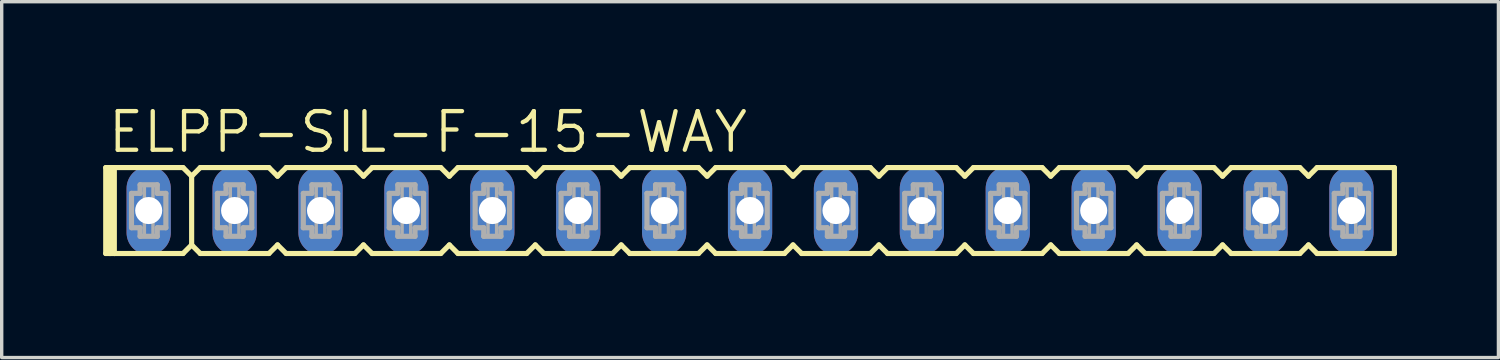
<source format=kicad_pcb>
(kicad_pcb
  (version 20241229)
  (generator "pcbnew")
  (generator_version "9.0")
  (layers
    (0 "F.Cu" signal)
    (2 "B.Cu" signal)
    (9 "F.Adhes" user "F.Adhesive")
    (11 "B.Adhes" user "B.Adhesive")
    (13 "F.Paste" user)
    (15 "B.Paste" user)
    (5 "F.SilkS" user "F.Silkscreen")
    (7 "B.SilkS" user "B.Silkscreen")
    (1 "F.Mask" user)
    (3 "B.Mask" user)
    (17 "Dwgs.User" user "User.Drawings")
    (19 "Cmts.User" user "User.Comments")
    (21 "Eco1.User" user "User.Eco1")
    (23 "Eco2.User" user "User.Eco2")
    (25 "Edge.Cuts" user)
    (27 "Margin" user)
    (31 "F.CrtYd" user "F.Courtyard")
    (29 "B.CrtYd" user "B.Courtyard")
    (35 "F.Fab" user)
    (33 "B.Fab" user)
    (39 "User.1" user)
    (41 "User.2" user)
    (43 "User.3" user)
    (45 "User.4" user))
  (footprint "ELPP-SIL-F-15-WAY"
    (layer "F.Cu")
    (at 19.126 3.175)
    (property "Reference" "ELPP-SIL-F-15-WAY" (at -19.05 -1.651 0) (unlocked yes) (layer "F.SilkS") (effects (font (size 1.143 1.143) (thickness 0.127)) (justify left bottom)))
    (fp_line (start -19.05 -1.27) (end -19.05 1.27) (stroke (width 0.152) (type solid)) (layer "F.SilkS"))
    (fp_line (start -19.05 1.27) (end -18.923 1.27) (stroke (width 0.152) (type solid)) (layer "F.SilkS"))
    (fp_line (start -18.923 -1.27) (end -19.05 -1.27) (stroke (width 0.152) (type solid)) (layer "F.SilkS"))
    (fp_line (start -18.923 -1.27) (end -18.923 1.27) (stroke (width 0.152) (type solid)) (layer "F.SilkS"))
    (fp_line (start -18.923 1.27) (end -18.796 1.27) (stroke (width 0.152) (type solid)) (layer "F.SilkS"))
    (fp_line (start -18.796 -1.27) (end -18.923 -1.27) (stroke (width 0.152) (type solid)) (layer "F.SilkS"))
    (fp_line (start -18.796 -1.27) (end -18.796 1.27) (stroke (width 0.152) (type solid)) (layer "F.SilkS"))
    (fp_line (start -18.796 1.27) (end -16.764 1.27) (stroke (width 0.152) (type solid)) (layer "F.SilkS"))
    (fp_line (start -16.764 -1.27) (end -18.796 -1.27) (stroke (width 0.152) (type solid)) (layer "F.SilkS"))
    (fp_line (start -16.764 1.27) (end -16.51 1.016) (stroke (width 0.152) (type solid)) (layer "F.SilkS"))
    (fp_line (start -16.51 -1.016) (end -16.764 -1.27) (stroke (width 0.152) (type solid)) (layer "F.SilkS"))
    (fp_line (start -16.51 -1.016) (end -16.51 1.016) (stroke (width 0.152) (type solid)) (layer "F.SilkS"))
    (fp_line (start -16.51 1.016) (end -16.256 1.27) (stroke (width 0.152) (type solid)) (layer "F.SilkS"))
    (fp_line (start -16.256 -1.27) (end -16.51 -1.016) (stroke (width 0.152) (type solid)) (layer "F.SilkS"))
    (fp_line (start -16.256 1.27) (end -14.224 1.27) (stroke (width 0.152) (type solid)) (layer "F.SilkS"))
    (fp_line (start -14.224 -1.27) (end -16.256 -1.27) (stroke (width 0.152) (type solid)) (layer "F.SilkS"))
    (fp_line (start -14.224 1.27) (end -13.97 1.016) (stroke (width 0.152) (type solid)) (layer "F.SilkS"))
    (fp_line (start -13.97 -1.016) (end -14.224 -1.27) (stroke (width 0.152) (type solid)) (layer "F.SilkS"))
    (fp_line (start -13.97 1.016) (end -13.716 1.27) (stroke (width 0.152) (type solid)) (layer "F.SilkS"))
    (fp_line (start -13.716 -1.27) (end -13.97 -1.016) (stroke (width 0.152) (type solid)) (layer "F.SilkS"))
    (fp_line (start -13.716 1.27) (end -11.684 1.27) (stroke (width 0.152) (type solid)) (layer "F.SilkS"))
    (fp_line (start -11.684 -1.27) (end -13.716 -1.27) (stroke (width 0.152) (type solid)) (layer "F.SilkS"))
    (fp_line (start -11.684 1.27) (end -11.43 1.016) (stroke (width 0.152) (type solid)) (layer "F.SilkS"))
    (fp_line (start -11.43 -1.016) (end -11.684 -1.27) (stroke (width 0.152) (type solid)) (layer "F.SilkS"))
    (fp_line (start -11.43 1.016) (end -11.176 1.27) (stroke (width 0.152) (type solid)) (layer "F.SilkS"))
    (fp_line (start -11.176 -1.27) (end -11.43 -1.016) (stroke (width 0.152) (type solid)) (layer "F.SilkS"))
    (fp_line (start -11.176 1.27) (end -9.144 1.27) (stroke (width 0.152) (type solid)) (layer "F.SilkS"))
    (fp_line (start -9.144 -1.27) (end -11.176 -1.27) (stroke (width 0.152) (type solid)) (layer "F.SilkS"))
    (fp_line (start -9.144 1.27) (end -8.89 1.016) (stroke (width 0.152) (type solid)) (layer "F.SilkS"))
    (fp_line (start -8.89 -1.016) (end -9.144 -1.27) (stroke (width 0.152) (type solid)) (layer "F.SilkS"))
    (fp_line (start -8.89 1.016) (end -8.636 1.27) (stroke (width 0.152) (type solid)) (layer "F.SilkS"))
    (fp_line (start -8.636 -1.27) (end -8.89 -1.016) (stroke (width 0.152) (type solid)) (layer "F.SilkS"))
    (fp_line (start -8.636 1.27) (end -6.604 1.27) (stroke (width 0.152) (type solid)) (layer "F.SilkS"))
    (fp_line (start -6.604 -1.27) (end -8.636 -1.27) (stroke (width 0.152) (type solid)) (layer "F.SilkS"))
    (fp_line (start -6.604 1.27) (end -6.35 1.016) (stroke (width 0.152) (type solid)) (layer "F.SilkS"))
    (fp_line (start -6.35 -1.016) (end -6.604 -1.27) (stroke (width 0.152) (type solid)) (layer "F.SilkS"))
    (fp_line (start -6.35 1.016) (end -6.096 1.27) (stroke (width 0.152) (type solid)) (layer "F.SilkS"))
    (fp_line (start -6.096 -1.27) (end -6.35 -1.016) (stroke (width 0.152) (type solid)) (layer "F.SilkS"))
    (fp_line (start -6.096 1.27) (end -4.064 1.27) (stroke (width 0.152) (type solid)) (layer "F.SilkS"))
    (fp_line (start -4.064 -1.27) (end -6.096 -1.27) (stroke (width 0.152) (type solid)) (layer "F.SilkS"))
    (fp_line (start -4.064 1.27) (end -3.81 1.016) (stroke (width 0.152) (type solid)) (layer "F.SilkS"))
    (fp_line (start -3.81 -1.016) (end -4.064 -1.27) (stroke (width 0.152) (type solid)) (layer "F.SilkS"))
    (fp_line (start -3.81 1.016) (end -3.556 1.27) (stroke (width 0.152) (type solid)) (layer "F.SilkS"))
    (fp_line (start -3.556 -1.27) (end -3.81 -1.016) (stroke (width 0.152) (type solid)) (layer "F.SilkS"))
    (fp_line (start -3.556 1.27) (end -1.524 1.27) (stroke (width 0.152) (type solid)) (layer "F.SilkS"))
    (fp_line (start -1.524 -1.27) (end -3.556 -1.27) (stroke (width 0.152) (type solid)) (layer "F.SilkS"))
    (fp_line (start -1.524 1.27) (end -1.27 1.016) (stroke (width 0.152) (type solid)) (layer "F.SilkS"))
    (fp_line (start -1.27 -1.016) (end -1.524 -1.27) (stroke (width 0.152) (type solid)) (layer "F.SilkS"))
    (fp_line (start -1.27 1.016) (end -1.016 1.27) (stroke (width 0.152) (type solid)) (layer "F.SilkS"))
    (fp_line (start -1.016 -1.27) (end -1.27 -1.016) (stroke (width 0.152) (type solid)) (layer "F.SilkS"))
    (fp_line (start -1.016 1.27) (end 1.016 1.27) (stroke (width 0.152) (type solid)) (layer "F.SilkS"))
    (fp_line (start 1.016 -1.27) (end -1.016 -1.27) (stroke (width 0.152) (type solid)) (layer "F.SilkS"))
    (fp_line (start 1.016 1.27) (end 1.27 1.016) (stroke (width 0.152) (type solid)) (layer "F.SilkS"))
    (fp_line (start 1.27 -1.016) (end 1.016 -1.27) (stroke (width 0.152) (type solid)) (layer "F.SilkS"))
    (fp_line (start 1.27 1.016) (end 1.524 1.27) (stroke (width 0.152) (type solid)) (layer "F.SilkS"))
    (fp_line (start 1.524 -1.27) (end 1.27 -1.016) (stroke (width 0.152) (type solid)) (layer "F.SilkS"))
    (fp_line (start 1.524 1.27) (end 3.556 1.27) (stroke (width 0.152) (type solid)) (layer "F.SilkS"))
    (fp_line (start 3.556 -1.27) (end 1.524 -1.27) (stroke (width 0.152) (type solid)) (layer "F.SilkS"))
    (fp_line (start 3.556 1.27) (end 3.81 1.016) (stroke (width 0.152) (type solid)) (layer "F.SilkS"))
    (fp_line (start 3.81 -1.016) (end 3.556 -1.27) (stroke (width 0.152) (type solid)) (layer "F.SilkS"))
    (fp_line (start 3.81 1.016) (end 4.064 1.27) (stroke (width 0.152) (type solid)) (layer "F.SilkS"))
    (fp_line (start 4.064 -1.27) (end 3.81 -1.016) (stroke (width 0.152) (type solid)) (layer "F.SilkS"))
    (fp_line (start 4.064 1.27) (end 6.096 1.27) (stroke (width 0.152) (type solid)) (layer "F.SilkS"))
    (fp_line (start 6.096 -1.27) (end 4.064 -1.27) (stroke (width 0.152) (type solid)) (layer "F.SilkS"))
    (fp_line (start 6.096 1.27) (end 6.35 1.016) (stroke (width 0.152) (type solid)) (layer "F.SilkS"))
    (fp_line (start 6.35 -1.016) (end 6.096 -1.27) (stroke (width 0.152) (type solid)) (layer "F.SilkS"))
    (fp_line (start 6.35 1.016) (end 6.604 1.27) (stroke (width 0.152) (type solid)) (layer "F.SilkS"))
    (fp_line (start 6.604 -1.27) (end 6.35 -1.016) (stroke (width 0.152) (type solid)) (layer "F.SilkS"))
    (fp_line (start 6.604 1.27) (end 8.636 1.27) (stroke (width 0.152) (type solid)) (layer "F.SilkS"))
    (fp_line (start 8.636 -1.27) (end 6.604 -1.27) (stroke (width 0.152) (type solid)) (layer "F.SilkS"))
    (fp_line (start 8.636 1.27) (end 8.89 1.016) (stroke (width 0.152) (type solid)) (layer "F.SilkS"))
    (fp_line (start 8.89 -1.016) (end 8.636 -1.27) (stroke (width 0.152) (type solid)) (layer "F.SilkS"))
    (fp_line (start 8.89 1.016) (end 9.144 1.27) (stroke (width 0.152) (type solid)) (layer "F.SilkS"))
    (fp_line (start 9.144 -1.27) (end 8.89 -1.016) (stroke (width 0.152) (type solid)) (layer "F.SilkS"))
    (fp_line (start 9.144 1.27) (end 11.176 1.27) (stroke (width 0.152) (type solid)) (layer "F.SilkS"))
    (fp_line (start 11.176 -1.27) (end 9.144 -1.27) (stroke (width 0.152) (type solid)) (layer "F.SilkS"))
    (fp_line (start 11.176 1.27) (end 11.43 1.016) (stroke (width 0.152) (type solid)) (layer "F.SilkS"))
    (fp_line (start 11.43 -1.016) (end 11.176 -1.27) (stroke (width 0.152) (type solid)) (layer "F.SilkS"))
    (fp_line (start 11.43 1.016) (end 11.684 1.27) (stroke (width 0.152) (type solid)) (layer "F.SilkS"))
    (fp_line (start 11.684 -1.27) (end 11.43 -1.016) (stroke (width 0.152) (type solid)) (layer "F.SilkS"))
    (fp_line (start 11.684 1.27) (end 13.716 1.27) (stroke (width 0.152) (type solid)) (layer "F.SilkS"))
    (fp_line (start 13.716 -1.27) (end 11.684 -1.27) (stroke (width 0.152) (type solid)) (layer "F.SilkS"))
    (fp_line (start 13.716 1.27) (end 13.97 1.016) (stroke (width 0.152) (type solid)) (layer "F.SilkS"))
    (fp_line (start 13.97 -1.016) (end 13.716 -1.27) (stroke (width 0.152) (type solid)) (layer "F.SilkS"))
    (fp_line (start 13.97 1.016) (end 14.224 1.27) (stroke (width 0.152) (type solid)) (layer "F.SilkS"))
    (fp_line (start 14.224 -1.27) (end 13.97 -1.016) (stroke (width 0.152) (type solid)) (layer "F.SilkS"))
    (fp_line (start 14.224 1.27) (end 16.256 1.27) (stroke (width 0.152) (type solid)) (layer "F.SilkS"))
    (fp_line (start 16.256 -1.27) (end 14.224 -1.27) (stroke (width 0.152) (type solid)) (layer "F.SilkS"))
    (fp_line (start 16.256 1.27) (end 16.51 1.016) (stroke (width 0.152) (type solid)) (layer "F.SilkS"))
    (fp_line (start 16.51 -1.016) (end 16.256 -1.27) (stroke (width 0.152) (type solid)) (layer "F.SilkS"))
    (fp_line (start 16.51 1.016) (end 16.764 1.27) (stroke (width 0.152) (type solid)) (layer "F.SilkS"))
    (fp_line (start 16.764 -1.27) (end 16.51 -1.016) (stroke (width 0.152) (type solid)) (layer "F.SilkS"))
    (fp_line (start 16.764 1.27) (end 19.05 1.27) (stroke (width 0.152) (type solid)) (layer "F.SilkS"))
    (fp_line (start 19.05 -1.27) (end 16.764 -1.27) (stroke (width 0.152) (type solid)) (layer "F.SilkS"))
    (fp_line (start 19.05 1.27) (end 19.05 -1.27) (stroke (width 0.152) (type solid)) (layer "F.SilkS"))
    (fp_line (start -18.288 -0.508) (end -18.288 0.508) (stroke (width 0.152) (type solid)) (layer "F.Fab"))
    (fp_line (start -18.288 0.508) (end -18.034 0.508) (stroke (width 0.152) (type solid)) (layer "F.Fab"))
    (fp_line (start -18.034 -0.762) (end -18.034 -0.508) (stroke (width 0.152) (type solid)) (layer "F.Fab"))
    (fp_line (start -18.034 -0.508) (end -18.288 -0.508) (stroke (width 0.152) (type solid)) (layer "F.Fab"))
    (fp_line (start -18.034 0.508) (end -18.034 0.762) (stroke (width 0.152) (type solid)) (layer "F.Fab"))
    (fp_line (start -18.034 0.762) (end -17.526 0.762) (stroke (width 0.152) (type solid)) (layer "F.Fab"))
    (fp_line (start -17.526 -0.762) (end -18.034 -0.762) (stroke (width 0.152) (type solid)) (layer "F.Fab"))
    (fp_line (start -17.526 -0.508) (end -17.526 -0.762) (stroke (width 0.152) (type solid)) (layer "F.Fab"))
    (fp_line (start -17.526 0.508) (end -17.272 0.508) (stroke (width 0.152) (type solid)) (layer "F.Fab"))
    (fp_line (start -17.526 0.762) (end -17.526 0.508) (stroke (width 0.152) (type solid)) (layer "F.Fab"))
    (fp_line (start -17.272 -0.508) (end -17.526 -0.508) (stroke (width 0.152) (type solid)) (layer "F.Fab"))
    (fp_line (start -17.272 0.508) (end -17.272 -0.508) (stroke (width 0.152) (type solid)) (layer "F.Fab"))
    (fp_line (start -15.748 -0.508) (end -15.748 0.508) (stroke (width 0.152) (type solid)) (layer "F.Fab"))
    (fp_line (start -15.748 0.508) (end -15.494 0.508) (stroke (width 0.152) (type solid)) (layer "F.Fab"))
    (fp_line (start -15.494 -0.762) (end -15.494 -0.508) (stroke (width 0.152) (type solid)) (layer "F.Fab"))
    (fp_line (start -15.494 -0.508) (end -15.748 -0.508) (stroke (width 0.152) (type solid)) (layer "F.Fab"))
    (fp_line (start -15.494 0.508) (end -15.494 0.762) (stroke (width 0.152) (type solid)) (layer "F.Fab"))
    (fp_line (start -15.494 0.762) (end -14.986 0.762) (stroke (width 0.152) (type solid)) (layer "F.Fab"))
    (fp_line (start -14.986 -0.762) (end -15.494 -0.762) (stroke (width 0.152) (type solid)) (layer "F.Fab"))
    (fp_line (start -14.986 -0.508) (end -14.986 -0.762) (stroke (width 0.152) (type solid)) (layer "F.Fab"))
    (fp_line (start -14.986 0.508) (end -14.732 0.508) (stroke (width 0.152) (type solid)) (layer "F.Fab"))
    (fp_line (start -14.986 0.762) (end -14.986 0.508) (stroke (width 0.152) (type solid)) (layer "F.Fab"))
    (fp_line (start -14.732 -0.508) (end -14.986 -0.508) (stroke (width 0.152) (type solid)) (layer "F.Fab"))
    (fp_line (start -14.732 0.508) (end -14.732 -0.508) (stroke (width 0.152) (type solid)) (layer "F.Fab"))
    (fp_line (start -13.208 -0.508) (end -13.208 0.508) (stroke (width 0.152) (type solid)) (layer "F.Fab"))
    (fp_line (start -13.208 0.508) (end -12.954 0.508) (stroke (width 0.152) (type solid)) (layer "F.Fab"))
    (fp_line (start -12.954 -0.762) (end -12.954 -0.508) (stroke (width 0.152) (type solid)) (layer "F.Fab"))
    (fp_line (start -12.954 -0.508) (end -13.208 -0.508) (stroke (width 0.152) (type solid)) (layer "F.Fab"))
    (fp_line (start -12.954 0.508) (end -12.954 0.762) (stroke (width 0.152) (type solid)) (layer "F.Fab"))
    (fp_line (start -12.954 0.762) (end -12.446 0.762) (stroke (width 0.152) (type solid)) (layer "F.Fab"))
    (fp_line (start -12.446 -0.762) (end -12.954 -0.762) (stroke (width 0.152) (type solid)) (layer "F.Fab"))
    (fp_line (start -12.446 -0.508) (end -12.446 -0.762) (stroke (width 0.152) (type solid)) (layer "F.Fab"))
    (fp_line (start -12.446 0.508) (end -12.192 0.508) (stroke (width 0.152) (type solid)) (layer "F.Fab"))
    (fp_line (start -12.446 0.762) (end -12.446 0.508) (stroke (width 0.152) (type solid)) (layer "F.Fab"))
    (fp_line (start -12.192 -0.508) (end -12.446 -0.508) (stroke (width 0.152) (type solid)) (layer "F.Fab"))
    (fp_line (start -12.192 0.508) (end -12.192 -0.508) (stroke (width 0.152) (type solid)) (layer "F.Fab"))
    (fp_line (start -10.668 -0.508) (end -10.668 0.508) (stroke (width 0.152) (type solid)) (layer "F.Fab"))
    (fp_line (start -10.668 0.508) (end -10.414 0.508) (stroke (width 0.152) (type solid)) (layer "F.Fab"))
    (fp_line (start -10.414 -0.762) (end -10.414 -0.508) (stroke (width 0.152) (type solid)) (layer "F.Fab"))
    (fp_line (start -10.414 -0.508) (end -10.668 -0.508) (stroke (width 0.152) (type solid)) (layer "F.Fab"))
    (fp_line (start -10.414 0.508) (end -10.414 0.762) (stroke (width 0.152) (type solid)) (layer "F.Fab"))
    (fp_line (start -10.414 0.762) (end -9.906 0.762) (stroke (width 0.152) (type solid)) (layer "F.Fab"))
    (fp_line (start -9.906 -0.762) (end -10.414 -0.762) (stroke (width 0.152) (type solid)) (layer "F.Fab"))
    (fp_line (start -9.906 -0.508) (end -9.906 -0.762) (stroke (width 0.152) (type solid)) (layer "F.Fab"))
    (fp_line (start -9.906 0.508) (end -9.652 0.508) (stroke (width 0.152) (type solid)) (layer "F.Fab"))
    (fp_line (start -9.906 0.762) (end -9.906 0.508) (stroke (width 0.152) (type solid)) (layer "F.Fab"))
    (fp_line (start -9.652 -0.508) (end -9.906 -0.508) (stroke (width 0.152) (type solid)) (layer "F.Fab"))
    (fp_line (start -9.652 0.508) (end -9.652 -0.508) (stroke (width 0.152) (type solid)) (layer "F.Fab"))
    (fp_line (start -8.128 -0.508) (end -8.128 0.508) (stroke (width 0.152) (type solid)) (layer "F.Fab"))
    (fp_line (start -8.128 0.508) (end -7.874 0.508) (stroke (width 0.152) (type solid)) (layer "F.Fab"))
    (fp_line (start -7.874 -0.762) (end -7.874 -0.508) (stroke (width 0.152) (type solid)) (layer "F.Fab"))
    (fp_line (start -7.874 -0.508) (end -8.128 -0.508) (stroke (width 0.152) (type solid)) (layer "F.Fab"))
    (fp_line (start -7.874 0.508) (end -7.874 0.762) (stroke (width 0.152) (type solid)) (layer "F.Fab"))
    (fp_line (start -7.874 0.762) (end -7.366 0.762) (stroke (width 0.152) (type solid)) (layer "F.Fab"))
    (fp_line (start -7.366 -0.762) (end -7.874 -0.762) (stroke (width 0.152) (type solid)) (layer "F.Fab"))
    (fp_line (start -7.366 -0.508) (end -7.366 -0.762) (stroke (width 0.152) (type solid)) (layer "F.Fab"))
    (fp_line (start -7.366 0.508) (end -7.112 0.508) (stroke (width 0.152) (type solid)) (layer "F.Fab"))
    (fp_line (start -7.366 0.762) (end -7.366 0.508) (stroke (width 0.152) (type solid)) (layer "F.Fab"))
    (fp_line (start -7.112 -0.508) (end -7.366 -0.508) (stroke (width 0.152) (type solid)) (layer "F.Fab"))
    (fp_line (start -7.112 0.508) (end -7.112 -0.508) (stroke (width 0.152) (type solid)) (layer "F.Fab"))
    (fp_line (start -5.588 -0.508) (end -5.588 0.508) (stroke (width 0.152) (type solid)) (layer "F.Fab"))
    (fp_line (start -5.588 0.508) (end -5.334 0.508) (stroke (width 0.152) (type solid)) (layer "F.Fab"))
    (fp_line (start -5.334 -0.762) (end -5.334 -0.508) (stroke (width 0.152) (type solid)) (layer "F.Fab"))
    (fp_line (start -5.334 -0.508) (end -5.588 -0.508) (stroke (width 0.152) (type solid)) (layer "F.Fab"))
    (fp_line (start -5.334 0.508) (end -5.334 0.762) (stroke (width 0.152) (type solid)) (layer "F.Fab"))
    (fp_line (start -5.334 0.762) (end -4.826 0.762) (stroke (width 0.152) (type solid)) (layer "F.Fab"))
    (fp_line (start -4.826 -0.762) (end -5.334 -0.762) (stroke (width 0.152) (type solid)) (layer "F.Fab"))
    (fp_line (start -4.826 -0.508) (end -4.826 -0.762) (stroke (width 0.152) (type solid)) (layer "F.Fab"))
    (fp_line (start -4.826 0.508) (end -4.572 0.508) (stroke (width 0.152) (type solid)) (layer "F.Fab"))
    (fp_line (start -4.826 0.762) (end -4.826 0.508) (stroke (width 0.152) (type solid)) (layer "F.Fab"))
    (fp_line (start -4.572 -0.508) (end -4.826 -0.508) (stroke (width 0.152) (type solid)) (layer "F.Fab"))
    (fp_line (start -4.572 0.508) (end -4.572 -0.508) (stroke (width 0.152) (type solid)) (layer "F.Fab"))
    (fp_line (start -3.048 -0.508) (end -3.048 0.508) (stroke (width 0.152) (type solid)) (layer "F.Fab"))
    (fp_line (start -3.048 0.508) (end -2.794 0.508) (stroke (width 0.152) (type solid)) (layer "F.Fab"))
    (fp_line (start -2.794 -0.762) (end -2.794 -0.508) (stroke (width 0.152) (type solid)) (layer "F.Fab"))
    (fp_line (start -2.794 -0.508) (end -3.048 -0.508) (stroke (width 0.152) (type solid)) (layer "F.Fab"))
    (fp_line (start -2.794 0.508) (end -2.794 0.762) (stroke (width 0.152) (type solid)) (layer "F.Fab"))
    (fp_line (start -2.794 0.762) (end -2.286 0.762) (stroke (width 0.152) (type solid)) (layer "F.Fab"))
    (fp_line (start -2.286 -0.762) (end -2.794 -0.762) (stroke (width 0.152) (type solid)) (layer "F.Fab"))
    (fp_line (start -2.286 -0.508) (end -2.286 -0.762) (stroke (width 0.152) (type solid)) (layer "F.Fab"))
    (fp_line (start -2.286 0.508) (end -2.032 0.508) (stroke (width 0.152) (type solid)) (layer "F.Fab"))
    (fp_line (start -2.286 0.762) (end -2.286 0.508) (stroke (width 0.152) (type solid)) (layer "F.Fab"))
    (fp_line (start -2.032 -0.508) (end -2.286 -0.508) (stroke (width 0.152) (type solid)) (layer "F.Fab"))
    (fp_line (start -2.032 0.508) (end -2.032 -0.508) (stroke (width 0.152) (type solid)) (layer "F.Fab"))
    (fp_line (start -0.508 -0.508) (end -0.508 0.508) (stroke (width 0.152) (type solid)) (layer "F.Fab"))
    (fp_line (start -0.508 0.508) (end -0.254 0.508) (stroke (width 0.152) (type solid)) (layer "F.Fab"))
    (fp_line (start -0.254 -0.762) (end -0.254 -0.508) (stroke (width 0.152) (type solid)) (layer "F.Fab"))
    (fp_line (start -0.254 -0.508) (end -0.508 -0.508) (stroke (width 0.152) (type solid)) (layer "F.Fab"))
    (fp_line (start -0.254 0.508) (end -0.254 0.762) (stroke (width 0.152) (type solid)) (layer "F.Fab"))
    (fp_line (start -0.254 0.762) (end 0.254 0.762) (stroke (width 0.152) (type solid)) (layer "F.Fab"))
    (fp_line (start 0.254 -0.762) (end -0.254 -0.762) (stroke (width 0.152) (type solid)) (layer "F.Fab"))
    (fp_line (start 0.254 -0.508) (end 0.254 -0.762) (stroke (width 0.152) (type solid)) (layer "F.Fab"))
    (fp_line (start 0.254 0.508) (end 0.508 0.508) (stroke (width 0.152) (type solid)) (layer "F.Fab"))
    (fp_line (start 0.254 0.762) (end 0.254 0.508) (stroke (width 0.152) (type solid)) (layer "F.Fab"))
    (fp_line (start 0.508 -0.508) (end 0.254 -0.508) (stroke (width 0.152) (type solid)) (layer "F.Fab"))
    (fp_line (start 0.508 0.508) (end 0.508 -0.508) (stroke (width 0.152) (type solid)) (layer "F.Fab"))
    (fp_line (start 2.032 -0.508) (end 2.032 0.508) (stroke (width 0.152) (type solid)) (layer "F.Fab"))
    (fp_line (start 2.032 0.508) (end 2.286 0.508) (stroke (width 0.152) (type solid)) (layer "F.Fab"))
    (fp_line (start 2.286 -0.762) (end 2.286 -0.508) (stroke (width 0.152) (type solid)) (layer "F.Fab"))
    (fp_line (start 2.286 -0.508) (end 2.032 -0.508) (stroke (width 0.152) (type solid)) (layer "F.Fab"))
    (fp_line (start 2.286 0.508) (end 2.286 0.762) (stroke (width 0.152) (type solid)) (layer "F.Fab"))
    (fp_line (start 2.286 0.762) (end 2.794 0.762) (stroke (width 0.152) (type solid)) (layer "F.Fab"))
    (fp_line (start 2.794 -0.762) (end 2.286 -0.762) (stroke (width 0.152) (type solid)) (layer "F.Fab"))
    (fp_line (start 2.794 -0.508) (end 2.794 -0.762) (stroke (width 0.152) (type solid)) (layer "F.Fab"))
    (fp_line (start 2.794 0.508) (end 3.048 0.508) (stroke (width 0.152) (type solid)) (layer "F.Fab"))
    (fp_line (start 2.794 0.762) (end 2.794 0.508) (stroke (width 0.152) (type solid)) (layer "F.Fab"))
    (fp_line (start 3.048 -0.508) (end 2.794 -0.508) (stroke (width 0.152) (type solid)) (layer "F.Fab"))
    (fp_line (start 3.048 0.508) (end 3.048 -0.508) (stroke (width 0.152) (type solid)) (layer "F.Fab"))
    (fp_line (start 4.572 -0.508) (end 4.572 0.508) (stroke (width 0.152) (type solid)) (layer "F.Fab"))
    (fp_line (start 4.572 0.508) (end 4.826 0.508) (stroke (width 0.152) (type solid)) (layer "F.Fab"))
    (fp_line (start 4.826 -0.762) (end 4.826 -0.508) (stroke (width 0.152) (type solid)) (layer "F.Fab"))
    (fp_line (start 4.826 -0.508) (end 4.572 -0.508) (stroke (width 0.152) (type solid)) (layer "F.Fab"))
    (fp_line (start 4.826 0.508) (end 4.826 0.762) (stroke (width 0.152) (type solid)) (layer "F.Fab"))
    (fp_line (start 4.826 0.762) (end 5.334 0.762) (stroke (width 0.152) (type solid)) (layer "F.Fab"))
    (fp_line (start 5.334 -0.762) (end 4.826 -0.762) (stroke (width 0.152) (type solid)) (layer "F.Fab"))
    (fp_line (start 5.334 -0.508) (end 5.334 -0.762) (stroke (width 0.152) (type solid)) (layer "F.Fab"))
    (fp_line (start 5.334 0.508) (end 5.588 0.508) (stroke (width 0.152) (type solid)) (layer "F.Fab"))
    (fp_line (start 5.334 0.762) (end 5.334 0.508) (stroke (width 0.152) (type solid)) (layer "F.Fab"))
    (fp_line (start 5.588 -0.508) (end 5.334 -0.508) (stroke (width 0.152) (type solid)) (layer "F.Fab"))
    (fp_line (start 5.588 0.508) (end 5.588 -0.508) (stroke (width 0.152) (type solid)) (layer "F.Fab"))
    (fp_line (start 7.112 -0.508) (end 7.112 0.508) (stroke (width 0.152) (type solid)) (layer "F.Fab"))
    (fp_line (start 7.112 0.508) (end 7.366 0.508) (stroke (width 0.152) (type solid)) (layer "F.Fab"))
    (fp_line (start 7.366 -0.762) (end 7.366 -0.508) (stroke (width 0.152) (type solid)) (layer "F.Fab"))
    (fp_line (start 7.366 -0.508) (end 7.112 -0.508) (stroke (width 0.152) (type solid)) (layer "F.Fab"))
    (fp_line (start 7.366 0.508) (end 7.366 0.762) (stroke (width 0.152) (type solid)) (layer "F.Fab"))
    (fp_line (start 7.366 0.762) (end 7.874 0.762) (stroke (width 0.152) (type solid)) (layer "F.Fab"))
    (fp_line (start 7.874 -0.762) (end 7.366 -0.762) (stroke (width 0.152) (type solid)) (layer "F.Fab"))
    (fp_line (start 7.874 -0.508) (end 7.874 -0.762) (stroke (width 0.152) (type solid)) (layer "F.Fab"))
    (fp_line (start 7.874 0.508) (end 8.128 0.508) (stroke (width 0.152) (type solid)) (layer "F.Fab"))
    (fp_line (start 7.874 0.762) (end 7.874 0.508) (stroke (width 0.152) (type solid)) (layer "F.Fab"))
    (fp_line (start 8.128 -0.508) (end 7.874 -0.508) (stroke (width 0.152) (type solid)) (layer "F.Fab"))
    (fp_line (start 8.128 0.508) (end 8.128 -0.508) (stroke (width 0.152) (type solid)) (layer "F.Fab"))
    (fp_line (start 9.652 -0.508) (end 9.652 0.508) (stroke (width 0.152) (type solid)) (layer "F.Fab"))
    (fp_line (start 9.652 0.508) (end 9.906 0.508) (stroke (width 0.152) (type solid)) (layer "F.Fab"))
    (fp_line (start 9.906 -0.762) (end 9.906 -0.508) (stroke (width 0.152) (type solid)) (layer "F.Fab"))
    (fp_line (start 9.906 -0.508) (end 9.652 -0.508) (stroke (width 0.152) (type solid)) (layer "F.Fab"))
    (fp_line (start 9.906 0.508) (end 9.906 0.762) (stroke (width 0.152) (type solid)) (layer "F.Fab"))
    (fp_line (start 9.906 0.762) (end 10.414 0.762) (stroke (width 0.152) (type solid)) (layer "F.Fab"))
    (fp_line (start 10.414 -0.762) (end 9.906 -0.762) (stroke (width 0.152) (type solid)) (layer "F.Fab"))
    (fp_line (start 10.414 -0.508) (end 10.414 -0.762) (stroke (width 0.152) (type solid)) (layer "F.Fab"))
    (fp_line (start 10.414 0.508) (end 10.668 0.508) (stroke (width 0.152) (type solid)) (layer "F.Fab"))
    (fp_line (start 10.414 0.762) (end 10.414 0.508) (stroke (width 0.152) (type solid)) (layer "F.Fab"))
    (fp_line (start 10.668 -0.508) (end 10.414 -0.508) (stroke (width 0.152) (type solid)) (layer "F.Fab"))
    (fp_line (start 10.668 0.508) (end 10.668 -0.508) (stroke (width 0.152) (type solid)) (layer "F.Fab"))
    (fp_line (start 12.192 -0.508) (end 12.192 0.508) (stroke (width 0.152) (type solid)) (layer "F.Fab"))
    (fp_line (start 12.192 0.508) (end 12.446 0.508) (stroke (width 0.152) (type solid)) (layer "F.Fab"))
    (fp_line (start 12.446 -0.762) (end 12.446 -0.508) (stroke (width 0.152) (type solid)) (layer "F.Fab"))
    (fp_line (start 12.446 -0.508) (end 12.192 -0.508) (stroke (width 0.152) (type solid)) (layer "F.Fab"))
    (fp_line (start 12.446 0.508) (end 12.446 0.762) (stroke (width 0.152) (type solid)) (layer "F.Fab"))
    (fp_line (start 12.446 0.762) (end 12.954 0.762) (stroke (width 0.152) (type solid)) (layer "F.Fab"))
    (fp_line (start 12.954 -0.762) (end 12.446 -0.762) (stroke (width 0.152) (type solid)) (layer "F.Fab"))
    (fp_line (start 12.954 -0.508) (end 12.954 -0.762) (stroke (width 0.152) (type solid)) (layer "F.Fab"))
    (fp_line (start 12.954 0.508) (end 13.208 0.508) (stroke (width 0.152) (type solid)) (layer "F.Fab"))
    (fp_line (start 12.954 0.762) (end 12.954 0.508) (stroke (width 0.152) (type solid)) (layer "F.Fab"))
    (fp_line (start 13.208 -0.508) (end 12.954 -0.508) (stroke (width 0.152) (type solid)) (layer "F.Fab"))
    (fp_line (start 13.208 0.508) (end 13.208 -0.508) (stroke (width 0.152) (type solid)) (layer "F.Fab"))
    (fp_line (start 14.732 -0.508) (end 14.732 0.508) (stroke (width 0.152) (type solid)) (layer "F.Fab"))
    (fp_line (start 14.732 0.508) (end 14.986 0.508) (stroke (width 0.152) (type solid)) (layer "F.Fab"))
    (fp_line (start 14.986 -0.762) (end 14.986 -0.508) (stroke (width 0.152) (type solid)) (layer "F.Fab"))
    (fp_line (start 14.986 -0.508) (end 14.732 -0.508) (stroke (width 0.152) (type solid)) (layer "F.Fab"))
    (fp_line (start 14.986 0.508) (end 14.986 0.762) (stroke (width 0.152) (type solid)) (layer "F.Fab"))
    (fp_line (start 14.986 0.762) (end 15.494 0.762) (stroke (width 0.152) (type solid)) (layer "F.Fab"))
    (fp_line (start 15.494 -0.762) (end 14.986 -0.762) (stroke (width 0.152) (type solid)) (layer "F.Fab"))
    (fp_line (start 15.494 -0.508) (end 15.494 -0.762) (stroke (width 0.152) (type solid)) (layer "F.Fab"))
    (fp_line (start 15.494 0.508) (end 15.748 0.508) (stroke (width 0.152) (type solid)) (layer "F.Fab"))
    (fp_line (start 15.494 0.762) (end 15.494 0.508) (stroke (width 0.152) (type solid)) (layer "F.Fab"))
    (fp_line (start 15.748 -0.508) (end 15.494 -0.508) (stroke (width 0.152) (type solid)) (layer "F.Fab"))
    (fp_line (start 15.748 0.508) (end 15.748 -0.508) (stroke (width 0.152) (type solid)) (layer "F.Fab"))
    (fp_line (start 17.272 -0.508) (end 17.272 0.508) (stroke (width 0.152) (type solid)) (layer "F.Fab"))
    (fp_line (start 17.272 0.508) (end 17.526 0.508) (stroke (width 0.152) (type solid)) (layer "F.Fab"))
    (fp_line (start 17.526 -0.762) (end 17.526 -0.508) (stroke (width 0.152) (type solid)) (layer "F.Fab"))
    (fp_line (start 17.526 -0.508) (end 17.272 -0.508) (stroke (width 0.152) (type solid)) (layer "F.Fab"))
    (fp_line (start 17.526 0.508) (end 17.526 0.762) (stroke (width 0.152) (type solid)) (layer "F.Fab"))
    (fp_line (start 17.526 0.762) (end 18.034 0.762) (stroke (width 0.152) (type solid)) (layer "F.Fab"))
    (fp_line (start 18.034 -0.762) (end 17.526 -0.762) (stroke (width 0.152) (type solid)) (layer "F.Fab"))
    (fp_line (start 18.034 -0.508) (end 18.034 -0.762) (stroke (width 0.152) (type solid)) (layer "F.Fab"))
    (fp_line (start 18.034 0.508) (end 18.288 0.508) (stroke (width 0.152) (type solid)) (layer "F.Fab"))
    (fp_line (start 18.034 0.762) (end 18.034 0.508) (stroke (width 0.152) (type solid)) (layer "F.Fab"))
    (fp_line (start 18.288 -0.508) (end 18.034 -0.508) (stroke (width 0.152) (type solid)) (layer "F.Fab"))
    (fp_line (start 18.288 0.508) (end 18.288 -0.508) (stroke (width 0.152) (type solid)) (layer "F.Fab"))
    (fp_poly (pts (xy -17.907 -0.254) (xy -17.653 -0.254) (xy -17.653 -0.762) (xy -17.907 -0.762)) (stroke (width 0.1) (type default)) (fill no) (layer "F.Fab"))
    (fp_poly (pts (xy -17.907 0.762) (xy -17.653 0.762) (xy -17.653 0.254) (xy -17.907 0.254)) (stroke (width 0.1) (type default)) (fill no) (layer "F.Fab"))
    (fp_poly (pts (xy -15.367 -0.254) (xy -15.113 -0.254) (xy -15.113 -0.762) (xy -15.367 -0.762)) (stroke (width 0.1) (type default)) (fill no) (layer "F.Fab"))
    (fp_poly (pts (xy -15.367 0.762) (xy -15.113 0.762) (xy -15.113 0.254) (xy -15.367 0.254)) (stroke (width 0.1) (type default)) (fill no) (layer "F.Fab"))
    (fp_poly (pts (xy -12.827 -0.254) (xy -12.573 -0.254) (xy -12.573 -0.762) (xy -12.827 -0.762)) (stroke (width 0.1) (type default)) (fill no) (layer "F.Fab"))
    (fp_poly (pts (xy -12.827 0.762) (xy -12.573 0.762) (xy -12.573 0.254) (xy -12.827 0.254)) (stroke (width 0.1) (type default)) (fill no) (layer "F.Fab"))
    (fp_poly (pts (xy -10.287 -0.254) (xy -10.033 -0.254) (xy -10.033 -0.762) (xy -10.287 -0.762)) (stroke (width 0.1) (type default)) (fill no) (layer "F.Fab"))
    (fp_poly (pts (xy -10.287 0.762) (xy -10.033 0.762) (xy -10.033 0.254) (xy -10.287 0.254)) (stroke (width 0.1) (type default)) (fill no) (layer "F.Fab"))
    (fp_poly (pts (xy -7.747 -0.254) (xy -7.493 -0.254) (xy -7.493 -0.762) (xy -7.747 -0.762)) (stroke (width 0.1) (type default)) (fill no) (layer "F.Fab"))
    (fp_poly (pts (xy -7.747 0.762) (xy -7.493 0.762) (xy -7.493 0.254) (xy -7.747 0.254)) (stroke (width 0.1) (type default)) (fill no) (layer "F.Fab"))
    (fp_poly (pts (xy -5.207 -0.254) (xy -4.953 -0.254) (xy -4.953 -0.762) (xy -5.207 -0.762)) (stroke (width 0.1) (type default)) (fill no) (layer "F.Fab"))
    (fp_poly (pts (xy -5.207 0.762) (xy -4.953 0.762) (xy -4.953 0.254) (xy -5.207 0.254)) (stroke (width 0.1) (type default)) (fill no) (layer "F.Fab"))
    (fp_poly (pts (xy -2.667 -0.254) (xy -2.413 -0.254) (xy -2.413 -0.762) (xy -2.667 -0.762)) (stroke (width 0.1) (type default)) (fill no) (layer "F.Fab"))
    (fp_poly (pts (xy -2.667 0.762) (xy -2.413 0.762) (xy -2.413 0.254) (xy -2.667 0.254)) (stroke (width 0.1) (type default)) (fill no) (layer "F.Fab"))
    (fp_poly (pts (xy -0.127 -0.254) (xy 0.127 -0.254) (xy 0.127 -0.762) (xy -0.127 -0.762)) (stroke (width 0.1) (type default)) (fill no) (layer "F.Fab"))
    (fp_poly (pts (xy -0.127 0.762) (xy 0.127 0.762) (xy 0.127 0.254) (xy -0.127 0.254)) (stroke (width 0.1) (type default)) (fill no) (layer "F.Fab"))
    (fp_poly (pts (xy 2.413 -0.254) (xy 2.667 -0.254) (xy 2.667 -0.762) (xy 2.413 -0.762)) (stroke (width 0.1) (type default)) (fill no) (layer "F.Fab"))
    (fp_poly (pts (xy 2.413 0.762) (xy 2.667 0.762) (xy 2.667 0.254) (xy 2.413 0.254)) (stroke (width 0.1) (type default)) (fill no) (layer "F.Fab"))
    (fp_poly (pts (xy 4.953 -0.254) (xy 5.207 -0.254) (xy 5.207 -0.762) (xy 4.953 -0.762)) (stroke (width 0.1) (type default)) (fill no) (layer "F.Fab"))
    (fp_poly (pts (xy 4.953 0.762) (xy 5.207 0.762) (xy 5.207 0.254) (xy 4.953 0.254)) (stroke (width 0.1) (type default)) (fill no) (layer "F.Fab"))
    (fp_poly (pts (xy 7.493 -0.254) (xy 7.747 -0.254) (xy 7.747 -0.762) (xy 7.493 -0.762)) (stroke (width 0.1) (type default)) (fill no) (layer "F.Fab"))
    (fp_poly (pts (xy 7.493 0.762) (xy 7.747 0.762) (xy 7.747 0.254) (xy 7.493 0.254)) (stroke (width 0.1) (type default)) (fill no) (layer "F.Fab"))
    (fp_poly (pts (xy 10.033 -0.254) (xy 10.287 -0.254) (xy 10.287 -0.762) (xy 10.033 -0.762)) (stroke (width 0.1) (type default)) (fill no) (layer "F.Fab"))
    (fp_poly (pts (xy 10.033 0.762) (xy 10.287 0.762) (xy 10.287 0.254) (xy 10.033 0.254)) (stroke (width 0.1) (type default)) (fill no) (layer "F.Fab"))
    (fp_poly (pts (xy 12.573 -0.254) (xy 12.827 -0.254) (xy 12.827 -0.762) (xy 12.573 -0.762)) (stroke (width 0.1) (type default)) (fill no) (layer "F.Fab"))
    (fp_poly (pts (xy 12.573 0.762) (xy 12.827 0.762) (xy 12.827 0.254) (xy 12.573 0.254)) (stroke (width 0.1) (type default)) (fill no) (layer "F.Fab"))
    (fp_poly (pts (xy 15.113 -0.254) (xy 15.367 -0.254) (xy 15.367 -0.762) (xy 15.113 -0.762)) (stroke (width 0.1) (type default)) (fill no) (layer "F.Fab"))
    (fp_poly (pts (xy 15.113 0.762) (xy 15.367 0.762) (xy 15.367 0.254) (xy 15.113 0.254)) (stroke (width 0.1) (type default)) (fill no) (layer "F.Fab"))
    (fp_poly (pts (xy 17.653 -0.254) (xy 17.907 -0.254) (xy 17.907 -0.762) (xy 17.653 -0.762)) (stroke (width 0.1) (type default)) (fill no) (layer "F.Fab"))
    (fp_poly (pts (xy 17.653 0.762) (xy 17.907 0.762) (xy 17.907 0.254) (xy 17.653 0.254)) (stroke (width 0.1) (type default)) (fill no) (layer "F.Fab"))
    (pad "1" thru_hole oval (at -17.78 0 90) (size 2.616 1.308) (drill 0.8) (layers "*.Cu" "*.Mask"))
    (pad "2" thru_hole oval (at -15.24 0 90) (size 2.616 1.308) (drill 0.8) (layers "*.Cu" "*.Mask"))
    (pad "3" thru_hole oval (at -12.7 0 90) (size 2.616 1.308) (drill 0.8) (layers "*.Cu" "*.Mask"))
    (pad "4" thru_hole oval (at -10.16 0 90) (size 2.616 1.308) (drill 0.8) (layers "*.Cu" "*.Mask"))
    (pad "5" thru_hole oval (at -7.62 0 90) (size 2.616 1.308) (drill 0.8) (layers "*.Cu" "*.Mask"))
    (pad "6" thru_hole oval (at -5.08 0 90) (size 2.616 1.308) (drill 0.8) (layers "*.Cu" "*.Mask"))
    (pad "7" thru_hole oval (at -2.54 0 90) (size 2.616 1.308) (drill 0.8) (layers "*.Cu" "*.Mask"))
    (pad "8" thru_hole oval (at 0 0 90) (size 2.616 1.308) (drill 0.8) (layers "*.Cu" "*.Mask"))
    (pad "9" thru_hole oval (at 2.54 0 90) (size 2.616 1.308) (drill 0.8) (layers "*.Cu" "*.Mask"))
    (pad "10" thru_hole oval (at 5.08 0 90) (size 2.616 1.308) (drill 0.8) (layers "*.Cu" "*.Mask"))
    (pad "11" thru_hole oval (at 7.62 0 90) (size 2.616 1.308) (drill 0.8) (layers "*.Cu" "*.Mask"))
    (pad "12" thru_hole oval (at 10.16 0 90) (size 2.616 1.308) (drill 0.8) (layers "*.Cu" "*.Mask"))
    (pad "13" thru_hole oval (at 12.7 0 90) (size 2.616 1.308) (drill 0.8) (layers "*.Cu" "*.Mask"))
    (pad "14" thru_hole oval (at 15.24 0 90) (size 2.616 1.308) (drill 0.8) (layers "*.Cu" "*.Mask"))
    (pad "15" thru_hole oval (at 17.78 0 90) (size 2.616 1.308) (drill 0.8) (layers "*.Cu" "*.Mask")))
  (gr_rect
    (start -3 -3)
    (end 41.252 7.521)
    (stroke (width 0.1) (type default))
    (fill no)
    (layer "Edge.Cuts")))
</source>
